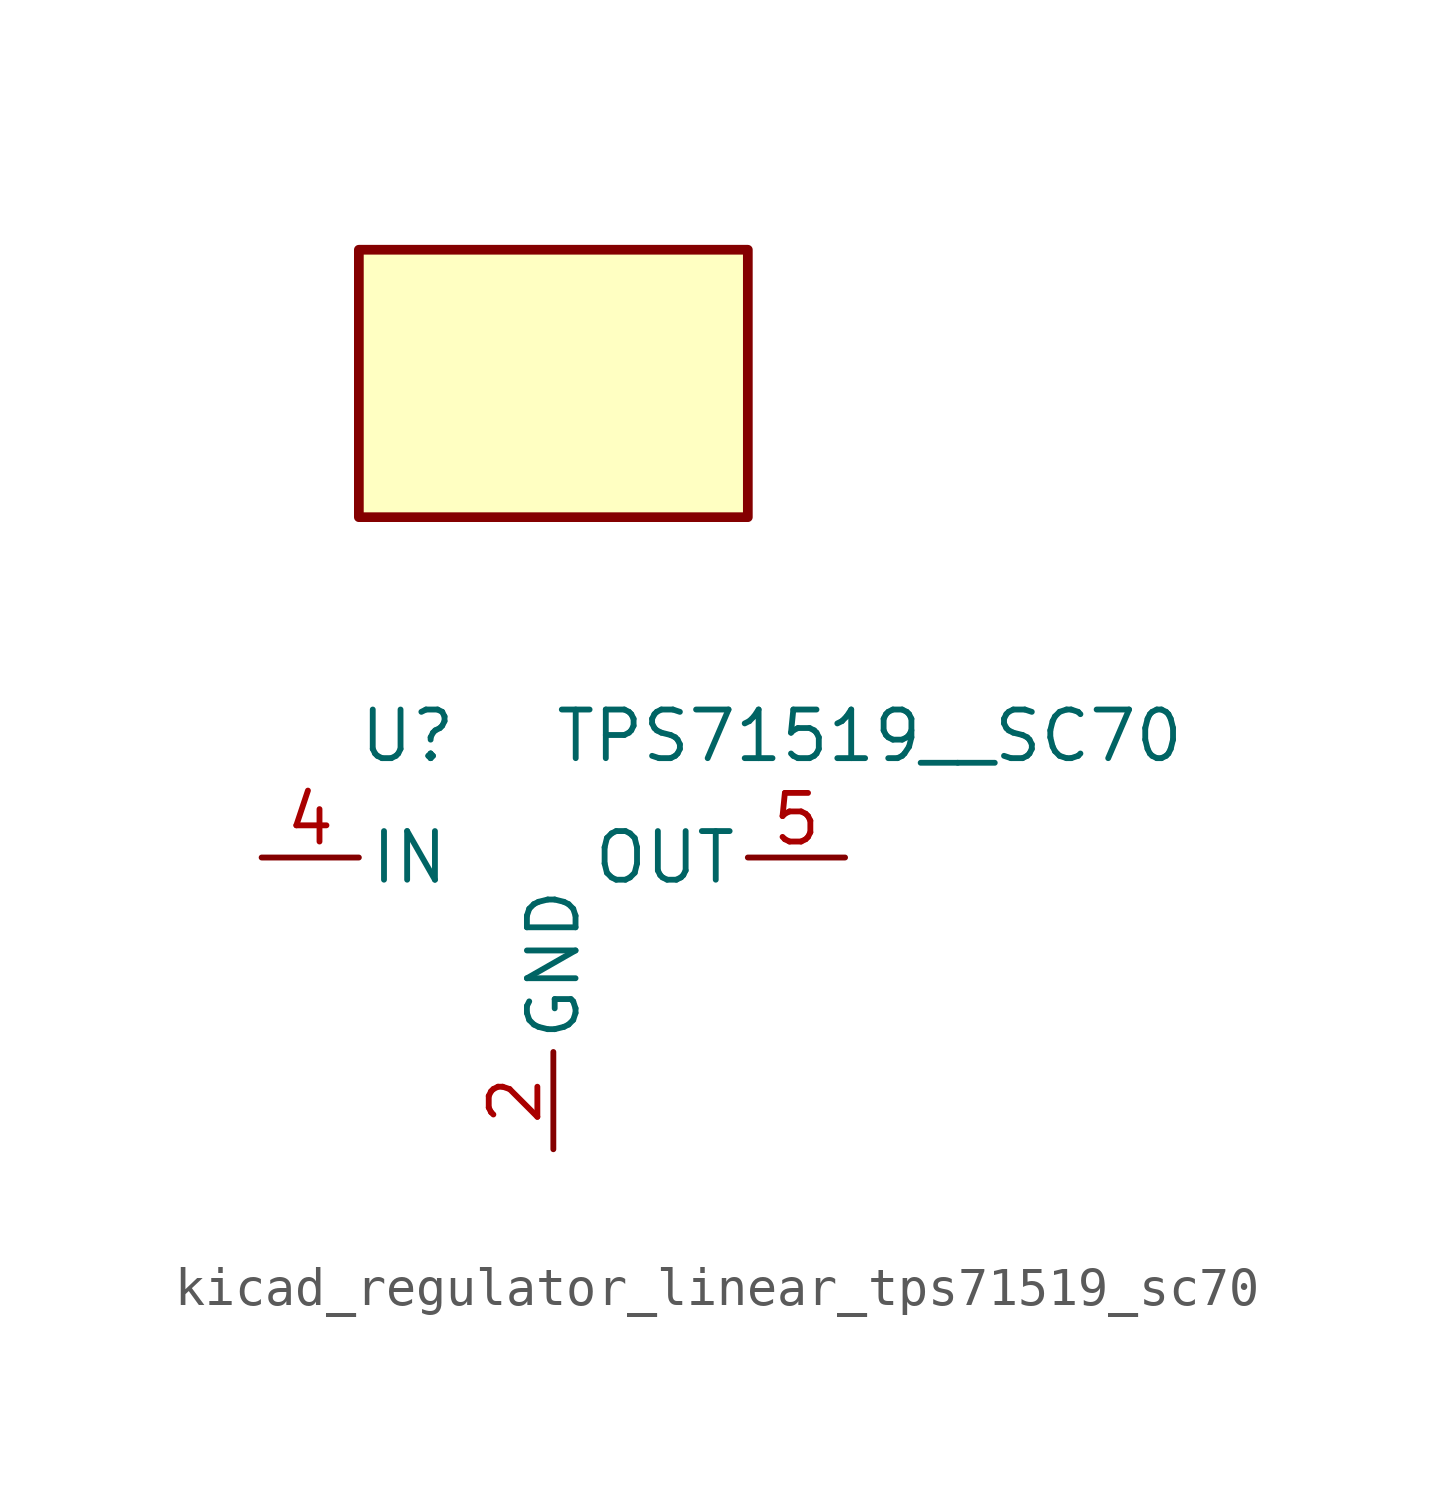
<source format=kicad_sym>
(kicad_symbol_lib
  (version 20220914)
  (generator kicad_symbol_editor)
  (symbol "kicad_regulator_linear_tps71519_sc70"
    (pin_names
      (offset 0.254))
    (property "Reference" "U"
      (at -3.81 3.175 0)
      (effects (font (size 1.27 1.27))))
    (property "Value" "TPS71519__SC70"
      (at 0 3.175 0)
      (effects (font (size 1.27 1.27)) (justify left)))
    (symbol "kicad_regulator_linear_tps71519_sc70_0_1"
      (rectangle (start 5.08 15.875) (end -5.08 8.89) (stroke (width 0.254) (type default)) (fill (type background))))
    (symbol "kicad_regulator_linear_tps71519_sc70_1_1"
      (pin no_connect line (at 5.08 -2.54 180) (length 2.54) hide (name "NC" (effects (font (size 1.27 1.27)))) (number "1" (effects (font (size 1.27 1.27)))))
      (pin power_in line (at 0 -7.62 90) (length 2.54) (name "GND" (effects (font (size 1.27 1.27)))) (number "2" (effects (font (size 1.27 1.27)))))
      (pin no_connect line (at -5.08 -2.54 0) (length 2.54) hide (name "NC" (effects (font (size 1.27 1.27)))) (number "3" (effects (font (size 1.27 1.27)))))
      (pin power_in line (at -7.62 0 0) (length 2.54) (name "IN" (effects (font (size 1.27 1.27)))) (number "4" (effects (font (size 1.27 1.27)))))
      (pin power_out line (at 7.62 0 180) (length 2.54) (name "OUT" (effects (font (size 1.27 1.27)))) (number "5" (effects (font (size 1.27 1.27))))))))
</source>
